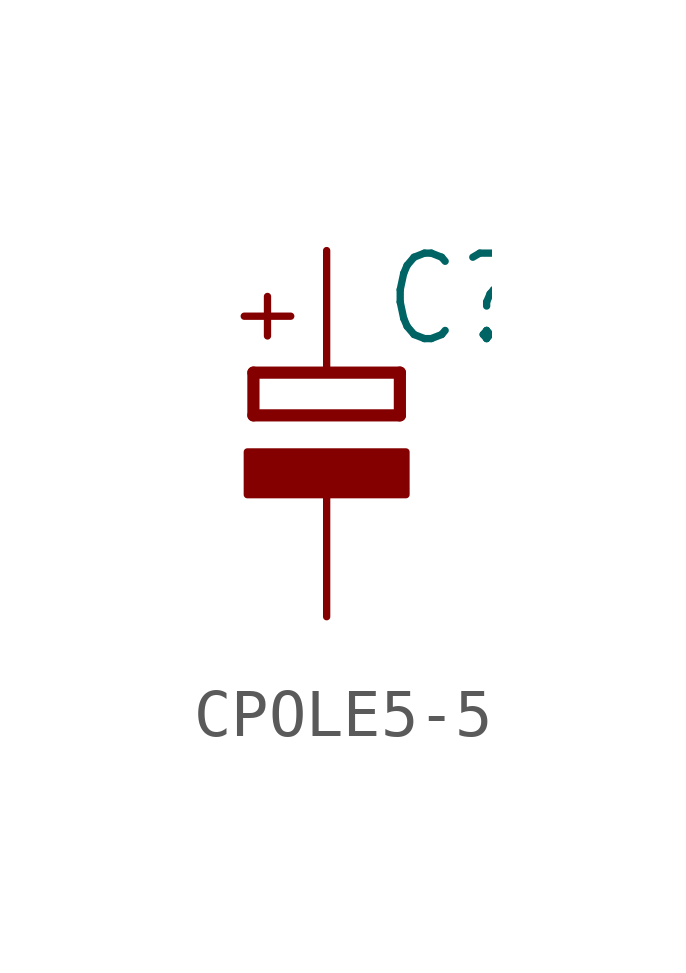
<source format=kicad_sym>
(kicad_symbol_lib
  (version 20241209)
  (generator "kicad_symbol_editor")
  (generator_version "9.0")
  (symbol "CPOLE5-5"
    (property "Reference" "C"
      (at 1.143 0.483 0)
      (effects (font (size 1.778 1.511)) (justify left bottom)))
    (property "Value" ""
      (at 1.143 -4.597 0)
      (effects (font (size 1.778 1.511)) (justify left bottom)))
    (property "ki_locked" ""
      (at 0 0 0)
      (effects (font (size 1.27 1.27))))
    (symbol "CPOLE5-5_1_0"
      (rectangle (start -1.651 -2.54) (end 1.651 -1.651) (stroke (width 0) (type default)) (fill (type outline)))
      (polyline (pts (xy -1.524 0) (xy -1.524 -0.889)) (stroke (width 0.254) (type solid)) (fill (type none)))
      (polyline (pts (xy -1.524 0) (xy 1.524 0)) (stroke (width 0.254) (type solid)) (fill (type none)))
      (polyline (pts (xy -1.524 -0.889) (xy 1.524 -0.889)) (stroke (width 0.254) (type solid)) (fill (type none)))
      (polyline (pts (xy 1.524 -0.889) (xy 1.524 0)) (stroke (width 0.254) (type solid)) (fill (type none)))
      (text "+" (at -0.584 0.406 900) (effects (font (size 1.27 1.079)) (justify left bottom)))
      (pin passive line (at 0 2.54 270) (length 2.54) (name "+" (effects (font (size 0 0)))) (number "+" (effects (font (size 0 0)))))
      (pin passive line (at 0 -5.08 90) (length 2.54) (name "-" (effects (font (size 0 0)))) (number "-" (effects (font (size 0 0))))))))
</source>
